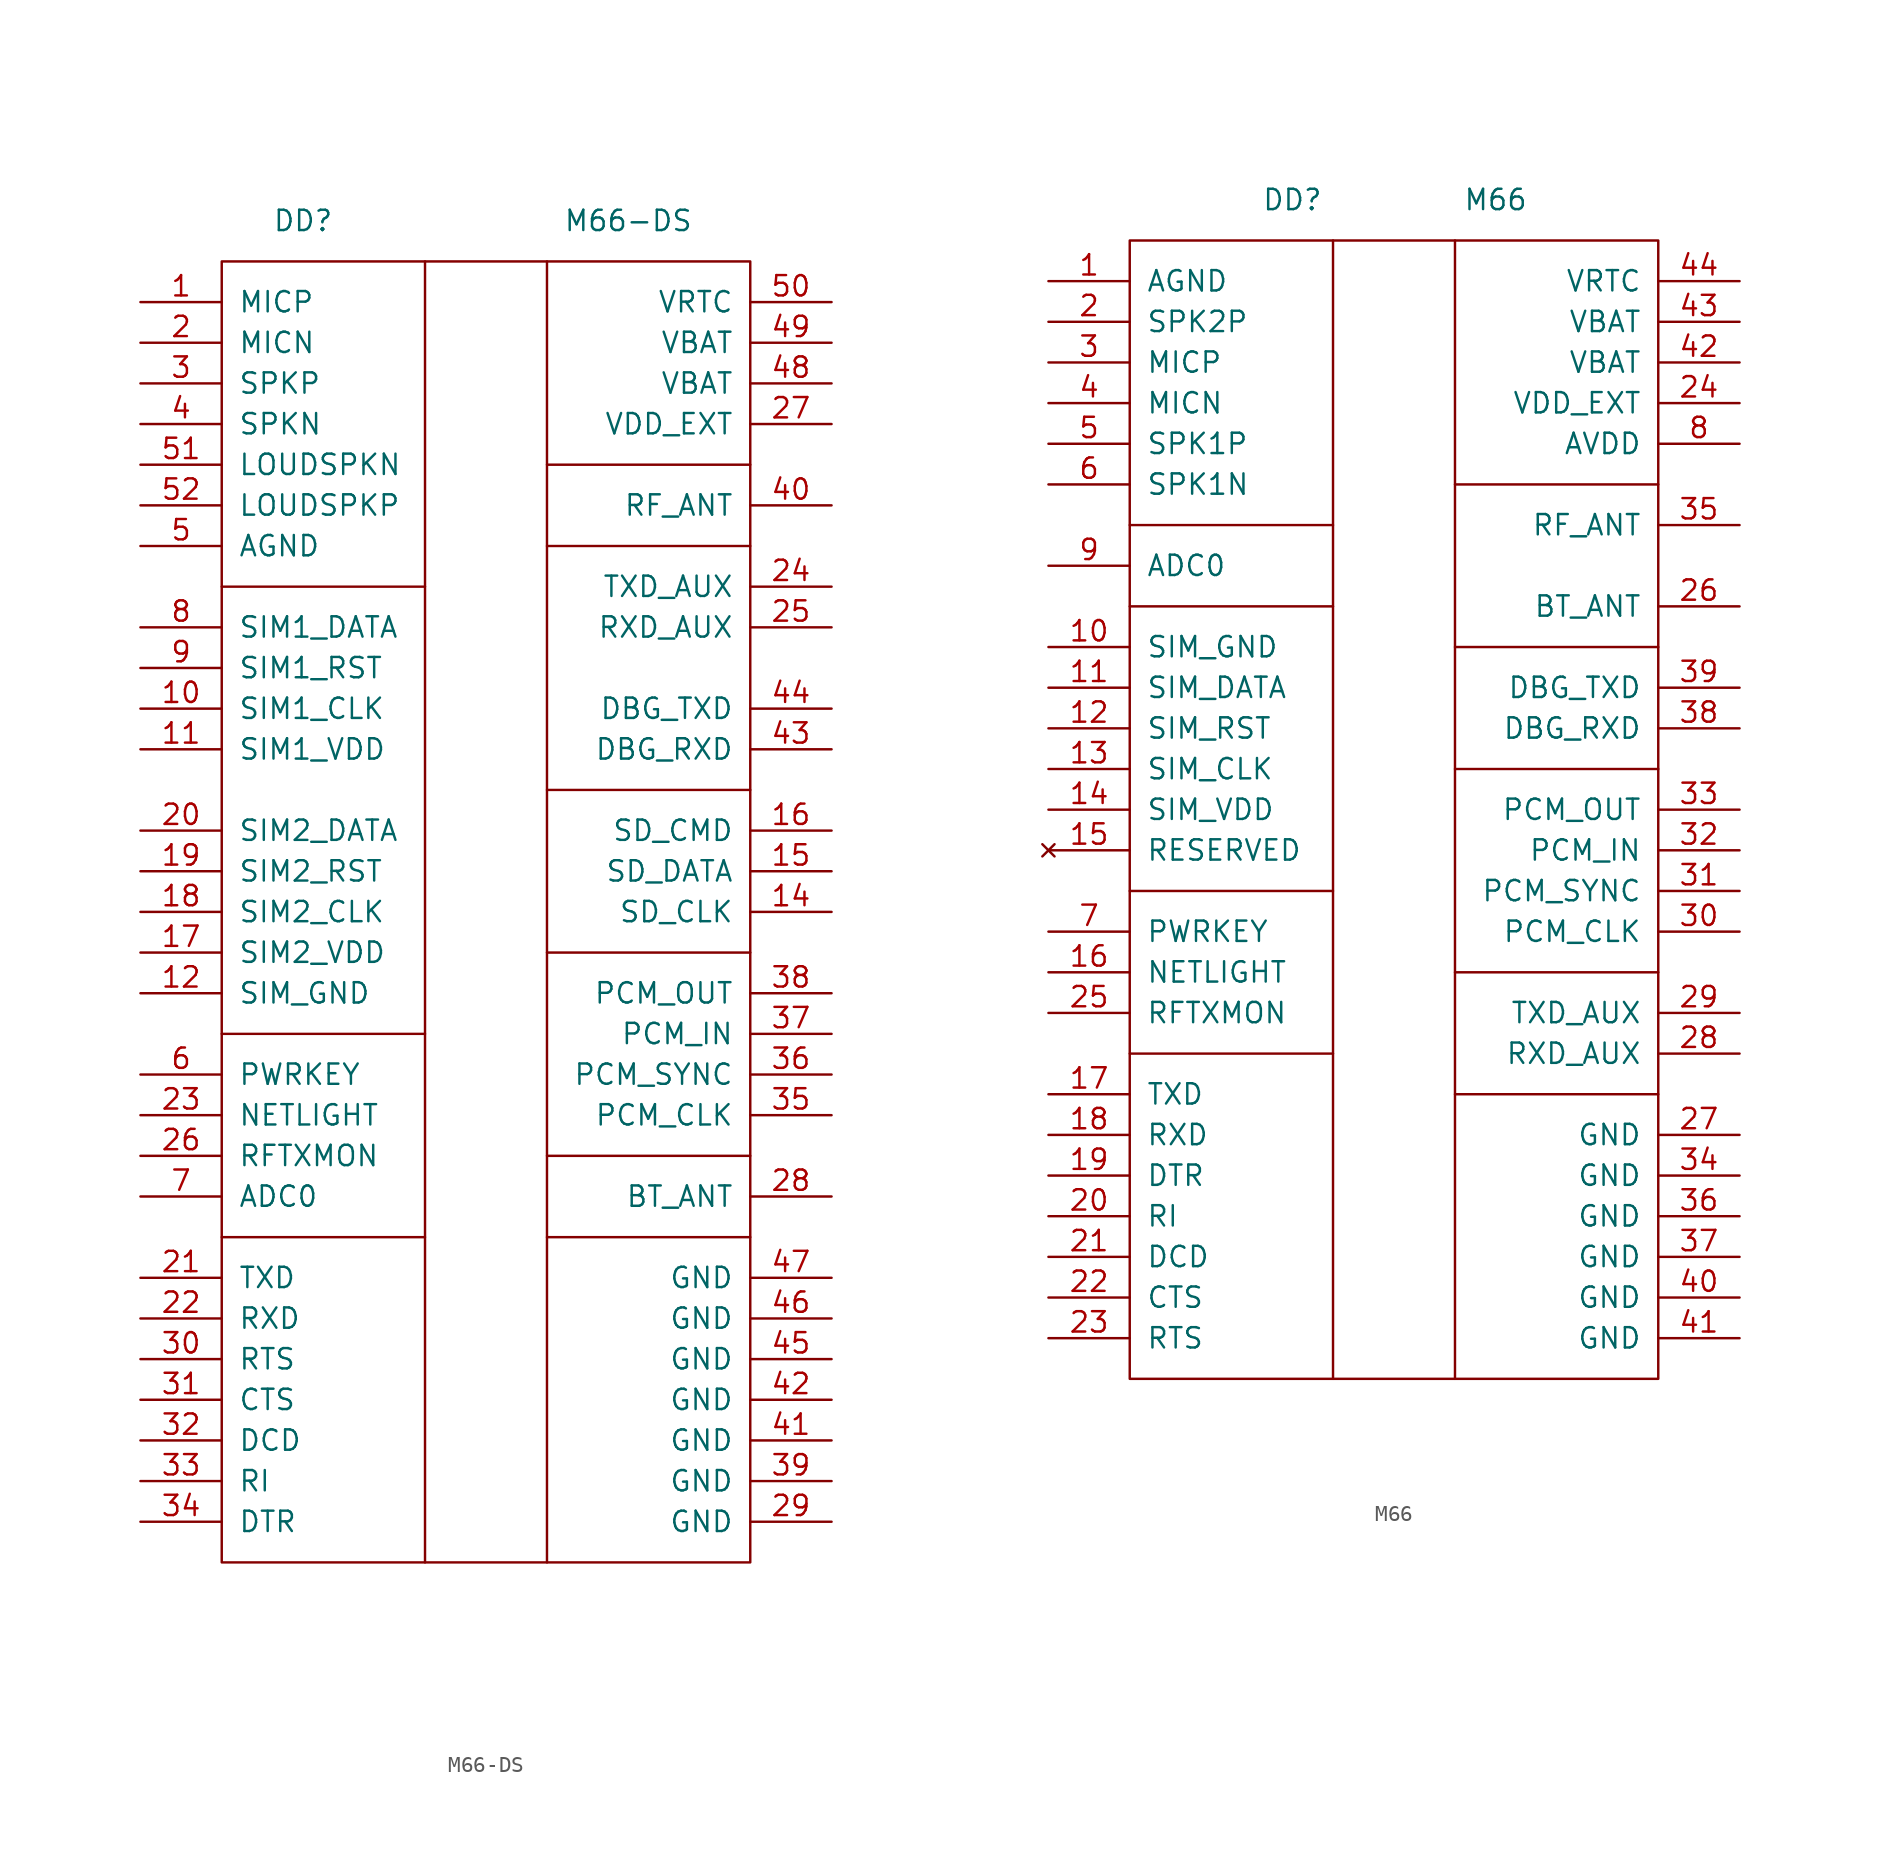
<source format=kicad_sym>
(kicad_symbol_lib
  (version 20211014)
  (generator kicad_symbol_editor)
  (symbol "M66-DS"
    (pin_names
      (offset 1.016))
    (property "Reference" "DD"
      (at 10.16 5.08 0)
      (effects (font (size 1.27 1.27))))
    (property "Value" "M66-DS"
      (at 30.48 5.08 0)
      (effects (font (size 1.27 1.27))))
    (symbol "M66-DS_0_1"
      (polyline (pts (xy 5.08 -58.42) (xy 17.78 -58.42)) (stroke (width 0) (type default) (color 0 0 0 0)) (fill (type none)))
      (polyline (pts (xy 5.08 -45.72) (xy 17.78 -45.72)) (stroke (width 0) (type default) (color 0 0 0 0)) (fill (type none)))
      (polyline (pts (xy 5.08 -17.78) (xy 17.78 -17.78)) (stroke (width 0) (type default) (color 0 0 0 0)) (fill (type none)))
      (polyline (pts (xy 25.4 -58.42) (xy 38.1 -58.42)) (stroke (width 0) (type default) (color 0 0 0 0)) (fill (type none)))
      (polyline (pts (xy 25.4 -53.34) (xy 38.1 -53.34)) (stroke (width 0) (type default) (color 0 0 0 0)) (fill (type none)))
      (polyline (pts (xy 25.4 -40.64) (xy 38.1 -40.64)) (stroke (width 0) (type default) (color 0 0 0 0)) (fill (type none)))
      (polyline (pts (xy 25.4 -30.48) (xy 38.1 -30.48)) (stroke (width 0) (type default) (color 0 0 0 0)) (fill (type none)))
      (polyline (pts (xy 25.4 -15.24) (xy 38.1 -15.24)) (stroke (width 0) (type default) (color 0 0 0 0)) (fill (type none)))
      (polyline (pts (xy 25.4 -10.16) (xy 38.1 -10.16)) (stroke (width 0) (type default) (color 0 0 0 0)) (fill (type none)))
      (polyline (pts (xy 17.78 2.54) (xy 25.4 2.54) (xy 25.4 -78.74) (xy 17.78 -78.74)) (stroke (width 0) (type default) (color 0 0 0 0)) (fill (type none)))
      (polyline (pts (xy 25.4 2.54) (xy 38.1 2.54) (xy 38.1 -78.74) (xy 25.4 -78.74)) (stroke (width 0) (type default) (color 0 0 0 0)) (fill (type none)))
      (polyline (pts (xy 5.08 2.54) (xy 5.08 -78.74) (xy 17.78 -78.74) (xy 17.78 2.54) (xy 5.08 2.54)) (stroke (width 0) (type default) (color 0 0 0 0)) (fill (type none))))
    (symbol "M66-DS_1_1"
      (pin input line (at 0 0 0) (length 5.08) (name "MICP" (effects (font (size 1.27 1.27)))) (number "1" (effects (font (size 1.27 1.27)))))
      (pin output line (at 0 -25.4 0) (length 5.08) (name "SIM1_CLK" (effects (font (size 1.27 1.27)))) (number "10" (effects (font (size 1.27 1.27)))))
      (pin input line (at 0 -27.94 0) (length 5.08) (name "SIM1_VDD" (effects (font (size 1.27 1.27)))) (number "11" (effects (font (size 1.27 1.27)))))
      (pin input line (at 0 -43.18 0) (length 5.08) (name "SIM_GND" (effects (font (size 1.27 1.27)))) (number "12" (effects (font (size 1.27 1.27)))))
      (pin passive line (at 0 -81.28 0) (length 5.08) hide (name "RESERVED" (effects (font (size 1.27 1.27)))) (number "13" (effects (font (size 1.27 1.27)))))
      (pin output line (at 43.18 -38.1 180) (length 5.08) (name "SD_CLK" (effects (font (size 1.27 1.27)))) (number "14" (effects (font (size 1.27 1.27)))))
      (pin bidirectional line (at 43.18 -35.56 180) (length 5.08) (name "SD_DATA" (effects (font (size 1.27 1.27)))) (number "15" (effects (font (size 1.27 1.27)))))
      (pin output line (at 43.18 -33.02 180) (length 5.08) (name "SD_CMD" (effects (font (size 1.27 1.27)))) (number "16" (effects (font (size 1.27 1.27)))))
      (pin output line (at 0 -40.64 0) (length 5.08) (name "SIM2_VDD" (effects (font (size 1.27 1.27)))) (number "17" (effects (font (size 1.27 1.27)))))
      (pin output line (at 0 -38.1 0) (length 5.08) (name "SIM2_CLK" (effects (font (size 1.27 1.27)))) (number "18" (effects (font (size 1.27 1.27)))))
      (pin output line (at 0 -35.56 0) (length 5.08) (name "SIM2_RST" (effects (font (size 1.27 1.27)))) (number "19" (effects (font (size 1.27 1.27)))))
      (pin input line (at 0 -2.54 0) (length 5.08) (name "MICN" (effects (font (size 1.27 1.27)))) (number "2" (effects (font (size 1.27 1.27)))))
      (pin bidirectional line (at 0 -33.02 0) (length 5.08) (name "SIM2_DATA" (effects (font (size 1.27 1.27)))) (number "20" (effects (font (size 1.27 1.27)))))
      (pin output line (at 0 -60.96 0) (length 5.08) (name "TXD" (effects (font (size 1.27 1.27)))) (number "21" (effects (font (size 1.27 1.27)))))
      (pin input line (at 0 -63.5 0) (length 5.08) (name "RXD" (effects (font (size 1.27 1.27)))) (number "22" (effects (font (size 1.27 1.27)))))
      (pin output line (at 0 -50.8 0) (length 5.08) (name "NETLIGHT" (effects (font (size 1.27 1.27)))) (number "23" (effects (font (size 1.27 1.27)))))
      (pin output line (at 43.18 -17.78 180) (length 5.08) (name "TXD_AUX" (effects (font (size 1.27 1.27)))) (number "24" (effects (font (size 1.27 1.27)))))
      (pin input line (at 43.18 -20.32 180) (length 5.08) (name "RXD_AUX" (effects (font (size 1.27 1.27)))) (number "25" (effects (font (size 1.27 1.27)))))
      (pin output line (at 0 -53.34 0) (length 5.08) (name "RFTXMON" (effects (font (size 1.27 1.27)))) (number "26" (effects (font (size 1.27 1.27)))))
      (pin power_in line (at 43.18 -7.62 180) (length 5.08) (name "VDD_EXT" (effects (font (size 1.27 1.27)))) (number "27" (effects (font (size 1.27 1.27)))))
      (pin bidirectional line (at 43.18 -55.88 180) (length 5.08) (name "BT_ANT" (effects (font (size 1.27 1.27)))) (number "28" (effects (font (size 1.27 1.27)))))
      (pin power_in line (at 43.18 -76.2 180) (length 5.08) (name "GND" (effects (font (size 1.27 1.27)))) (number "29" (effects (font (size 1.27 1.27)))))
      (pin output line (at 0 -5.08 0) (length 5.08) (name "SPKP" (effects (font (size 1.27 1.27)))) (number "3" (effects (font (size 1.27 1.27)))))
      (pin input line (at 0 -66.04 0) (length 5.08) (name "RTS" (effects (font (size 1.27 1.27)))) (number "30" (effects (font (size 1.27 1.27)))))
      (pin output line (at 0 -68.58 0) (length 5.08) (name "CTS" (effects (font (size 1.27 1.27)))) (number "31" (effects (font (size 1.27 1.27)))))
      (pin output line (at 0 -71.12 0) (length 5.08) (name "DCD" (effects (font (size 1.27 1.27)))) (number "32" (effects (font (size 1.27 1.27)))))
      (pin output line (at 0 -73.66 0) (length 5.08) (name "RI" (effects (font (size 1.27 1.27)))) (number "33" (effects (font (size 1.27 1.27)))))
      (pin input line (at 0 -76.2 0) (length 5.08) (name "DTR" (effects (font (size 1.27 1.27)))) (number "34" (effects (font (size 1.27 1.27)))))
      (pin output line (at 43.18 -50.8 180) (length 5.08) (name "PCM_CLK" (effects (font (size 1.27 1.27)))) (number "35" (effects (font (size 1.27 1.27)))))
      (pin output line (at 43.18 -48.26 180) (length 5.08) (name "PCM_SYNC" (effects (font (size 1.27 1.27)))) (number "36" (effects (font (size 1.27 1.27)))))
      (pin input line (at 43.18 -45.72 180) (length 5.08) (name "PCM_IN" (effects (font (size 1.27 1.27)))) (number "37" (effects (font (size 1.27 1.27)))))
      (pin output line (at 43.18 -43.18 180) (length 5.08) (name "PCM_OUT" (effects (font (size 1.27 1.27)))) (number "38" (effects (font (size 1.27 1.27)))))
      (pin power_in line (at 43.18 -73.66 180) (length 5.08) (name "GND" (effects (font (size 1.27 1.27)))) (number "39" (effects (font (size 1.27 1.27)))))
      (pin output line (at 0 -7.62 0) (length 5.08) (name "SPKN" (effects (font (size 1.27 1.27)))) (number "4" (effects (font (size 1.27 1.27)))))
      (pin bidirectional line (at 43.18 -12.7 180) (length 5.08) (name "RF_ANT" (effects (font (size 1.27 1.27)))) (number "40" (effects (font (size 1.27 1.27)))))
      (pin power_in line (at 43.18 -71.12 180) (length 5.08) (name "GND" (effects (font (size 1.27 1.27)))) (number "41" (effects (font (size 1.27 1.27)))))
      (pin power_in line (at 43.18 -68.58 180) (length 5.08) (name "GND" (effects (font (size 1.27 1.27)))) (number "42" (effects (font (size 1.27 1.27)))))
      (pin input line (at 43.18 -27.94 180) (length 5.08) (name "DBG_RXD" (effects (font (size 1.27 1.27)))) (number "43" (effects (font (size 1.27 1.27)))))
      (pin output line (at 43.18 -25.4 180) (length 5.08) (name "DBG_TXD" (effects (font (size 1.27 1.27)))) (number "44" (effects (font (size 1.27 1.27)))))
      (pin power_in line (at 43.18 -66.04 180) (length 5.08) (name "GND" (effects (font (size 1.27 1.27)))) (number "45" (effects (font (size 1.27 1.27)))))
      (pin power_in line (at 43.18 -63.5 180) (length 5.08) (name "GND" (effects (font (size 1.27 1.27)))) (number "46" (effects (font (size 1.27 1.27)))))
      (pin power_in line (at 43.18 -60.96 180) (length 5.08) (name "GND" (effects (font (size 1.27 1.27)))) (number "47" (effects (font (size 1.27 1.27)))))
      (pin power_in line (at 43.18 -5.08 180) (length 5.08) (name "VBAT" (effects (font (size 1.27 1.27)))) (number "48" (effects (font (size 1.27 1.27)))))
      (pin power_in line (at 43.18 -2.54 180) (length 5.08) (name "VBAT" (effects (font (size 1.27 1.27)))) (number "49" (effects (font (size 1.27 1.27)))))
      (pin input line (at 0 -15.24 0) (length 5.08) (name "AGND" (effects (font (size 1.27 1.27)))) (number "5" (effects (font (size 1.27 1.27)))))
      (pin power_in line (at 43.18 0 180) (length 5.08) (name "VRTC" (effects (font (size 1.27 1.27)))) (number "50" (effects (font (size 1.27 1.27)))))
      (pin output line (at 0 -10.16 0) (length 5.08) (name "LOUDSPKN" (effects (font (size 1.27 1.27)))) (number "51" (effects (font (size 1.27 1.27)))))
      (pin output line (at 0 -12.7 0) (length 5.08) (name "LOUDSPKP" (effects (font (size 1.27 1.27)))) (number "52" (effects (font (size 1.27 1.27)))))
      (pin input line (at 0 -48.26 0) (length 5.08) (name "PWRKEY" (effects (font (size 1.27 1.27)))) (number "6" (effects (font (size 1.27 1.27)))))
      (pin input line (at 0 -55.88 0) (length 5.08) (name "ADC0" (effects (font (size 1.27 1.27)))) (number "7" (effects (font (size 1.27 1.27)))))
      (pin bidirectional line (at 0 -20.32 0) (length 5.08) (name "SIM1_DATA" (effects (font (size 1.27 1.27)))) (number "8" (effects (font (size 1.27 1.27)))))
      (pin output line (at 0 -22.86 0) (length 5.08) (name "SIM1_RST" (effects (font (size 1.27 1.27)))) (number "9" (effects (font (size 1.27 1.27)))))))
  (symbol "M66"
    (pin_names
      (offset 1.016))
    (property "Reference" "DD"
      (at 15.24 5.08 0)
      (effects (font (size 1.27 1.27))))
    (property "Value" "M66"
      (at 27.94 5.08 0)
      (effects (font (size 1.27 1.27))))
    (symbol "M66_0_1"
      (polyline (pts (xy 5.08 -48.26) (xy 17.78 -48.26)) (stroke (width 0) (type default) (color 0 0 0 0)) (fill (type none)))
      (polyline (pts (xy 5.08 -38.1) (xy 17.78 -38.1)) (stroke (width 0) (type default) (color 0 0 0 0)) (fill (type none)))
      (polyline (pts (xy 5.08 -20.32) (xy 17.78 -20.32)) (stroke (width 0) (type default) (color 0 0 0 0)) (fill (type none)))
      (polyline (pts (xy 5.08 -15.24) (xy 17.78 -15.24)) (stroke (width 0) (type default) (color 0 0 0 0)) (fill (type none)))
      (polyline (pts (xy 25.4 -50.8) (xy 38.1 -50.8)) (stroke (width 0) (type default) (color 0 0 0 0)) (fill (type none)))
      (polyline (pts (xy 25.4 -43.18) (xy 38.1 -43.18)) (stroke (width 0) (type default) (color 0 0 0 0)) (fill (type none)))
      (polyline (pts (xy 25.4 -30.48) (xy 38.1 -30.48)) (stroke (width 0) (type default) (color 0 0 0 0)) (fill (type none)))
      (polyline (pts (xy 25.4 -22.86) (xy 38.1 -22.86)) (stroke (width 0) (type default) (color 0 0 0 0)) (fill (type none)))
      (polyline (pts (xy 25.4 -12.7) (xy 38.1 -12.7)) (stroke (width 0) (type default) (color 0 0 0 0)) (fill (type none)))
      (polyline (pts (xy 17.78 2.54) (xy 25.4 2.54) (xy 25.4 -68.58) (xy 17.78 -68.58)) (stroke (width 0) (type default) (color 0 0 0 0)) (fill (type none)))
      (polyline (pts (xy 25.4 2.54) (xy 38.1 2.54) (xy 38.1 -68.58) (xy 25.4 -68.58)) (stroke (width 0) (type default) (color 0 0 0 0)) (fill (type none)))
      (polyline (pts (xy 17.78 2.54) (xy 5.08 2.54) (xy 5.08 -68.58) (xy 17.78 -68.58) (xy 17.78 2.54)) (stroke (width 0) (type default) (color 0 0 0 0)) (fill (type none))))
    (symbol "M66_1_1"
      (pin output line (at 0 0 0) (length 5.08) (name "AGND" (effects (font (size 1.27 1.27)))) (number "1" (effects (font (size 1.27 1.27)))))
      (pin output line (at 0 -22.86 0) (length 5.08) (name "SIM_GND" (effects (font (size 1.27 1.27)))) (number "10" (effects (font (size 1.27 1.27)))))
      (pin bidirectional line (at 0 -25.4 0) (length 5.08) (name "SIM_DATA" (effects (font (size 1.27 1.27)))) (number "11" (effects (font (size 1.27 1.27)))))
      (pin output line (at 0 -27.94 0) (length 5.08) (name "SIM_RST" (effects (font (size 1.27 1.27)))) (number "12" (effects (font (size 1.27 1.27)))))
      (pin output line (at 0 -30.48 0) (length 5.08) (name "SIM_CLK" (effects (font (size 1.27 1.27)))) (number "13" (effects (font (size 1.27 1.27)))))
      (pin output line (at 0 -33.02 0) (length 5.08) (name "SIM_VDD" (effects (font (size 1.27 1.27)))) (number "14" (effects (font (size 1.27 1.27)))))
      (pin no_connect line (at 0 -35.56 0) (length 5.08) (name "RESERVED" (effects (font (size 1.27 1.27)))) (number "15" (effects (font (size 1.27 1.27)))))
      (pin output line (at 0 -43.18 0) (length 5.08) (name "NETLIGHT" (effects (font (size 1.27 1.27)))) (number "16" (effects (font (size 1.27 1.27)))))
      (pin output line (at 0 -50.8 0) (length 5.08) (name "TXD" (effects (font (size 1.27 1.27)))) (number "17" (effects (font (size 1.27 1.27)))))
      (pin input line (at 0 -53.34 0) (length 5.08) (name "RXD" (effects (font (size 1.27 1.27)))) (number "18" (effects (font (size 1.27 1.27)))))
      (pin input line (at 0 -55.88 0) (length 5.08) (name "DTR" (effects (font (size 1.27 1.27)))) (number "19" (effects (font (size 1.27 1.27)))))
      (pin output line (at 0 -2.54 0) (length 5.08) (name "SPK2P" (effects (font (size 1.27 1.27)))) (number "2" (effects (font (size 1.27 1.27)))))
      (pin output line (at 0 -58.42 0) (length 5.08) (name "RI" (effects (font (size 1.27 1.27)))) (number "20" (effects (font (size 1.27 1.27)))))
      (pin output line (at 0 -60.96 0) (length 5.08) (name "DCD" (effects (font (size 1.27 1.27)))) (number "21" (effects (font (size 1.27 1.27)))))
      (pin output line (at 0 -63.5 0) (length 5.08) (name "CTS" (effects (font (size 1.27 1.27)))) (number "22" (effects (font (size 1.27 1.27)))))
      (pin input line (at 0 -66.04 0) (length 5.08) (name "RTS" (effects (font (size 1.27 1.27)))) (number "23" (effects (font (size 1.27 1.27)))))
      (pin power_out line (at 43.18 -7.62 180) (length 5.08) (name "VDD_EXT" (effects (font (size 1.27 1.27)))) (number "24" (effects (font (size 1.27 1.27)))))
      (pin output line (at 0 -45.72 0) (length 5.08) (name "RFTXMON" (effects (font (size 1.27 1.27)))) (number "25" (effects (font (size 1.27 1.27)))))
      (pin bidirectional line (at 43.18 -20.32 180) (length 5.08) (name "BT_ANT" (effects (font (size 1.27 1.27)))) (number "26" (effects (font (size 1.27 1.27)))))
      (pin power_in line (at 43.18 -53.34 180) (length 5.08) (name "GND" (effects (font (size 1.27 1.27)))) (number "27" (effects (font (size 1.27 1.27)))))
      (pin input line (at 43.18 -48.26 180) (length 5.08) (name "RXD_AUX" (effects (font (size 1.27 1.27)))) (number "28" (effects (font (size 1.27 1.27)))))
      (pin output line (at 43.18 -45.72 180) (length 5.08) (name "TXD_AUX" (effects (font (size 1.27 1.27)))) (number "29" (effects (font (size 1.27 1.27)))))
      (pin input line (at 0 -5.08 0) (length 5.08) (name "MICP" (effects (font (size 1.27 1.27)))) (number "3" (effects (font (size 1.27 1.27)))))
      (pin output line (at 43.18 -40.64 180) (length 5.08) (name "PCM_CLK" (effects (font (size 1.27 1.27)))) (number "30" (effects (font (size 1.27 1.27)))))
      (pin output line (at 43.18 -38.1 180) (length 5.08) (name "PCM_SYNC" (effects (font (size 1.27 1.27)))) (number "31" (effects (font (size 1.27 1.27)))))
      (pin input line (at 43.18 -35.56 180) (length 5.08) (name "PCM_IN" (effects (font (size 1.27 1.27)))) (number "32" (effects (font (size 1.27 1.27)))))
      (pin output line (at 43.18 -33.02 180) (length 5.08) (name "PCM_OUT" (effects (font (size 1.27 1.27)))) (number "33" (effects (font (size 1.27 1.27)))))
      (pin power_in line (at 43.18 -55.88 180) (length 5.08) (name "GND" (effects (font (size 1.27 1.27)))) (number "34" (effects (font (size 1.27 1.27)))))
      (pin bidirectional line (at 43.18 -15.24 180) (length 5.08) (name "RF_ANT" (effects (font (size 1.27 1.27)))) (number "35" (effects (font (size 1.27 1.27)))))
      (pin power_in line (at 43.18 -58.42 180) (length 5.08) (name "GND" (effects (font (size 1.27 1.27)))) (number "36" (effects (font (size 1.27 1.27)))))
      (pin power_in line (at 43.18 -60.96 180) (length 5.08) (name "GND" (effects (font (size 1.27 1.27)))) (number "37" (effects (font (size 1.27 1.27)))))
      (pin input line (at 43.18 -27.94 180) (length 5.08) (name "DBG_RXD" (effects (font (size 1.27 1.27)))) (number "38" (effects (font (size 1.27 1.27)))))
      (pin output line (at 43.18 -25.4 180) (length 5.08) (name "DBG_TXD" (effects (font (size 1.27 1.27)))) (number "39" (effects (font (size 1.27 1.27)))))
      (pin input line (at 0 -7.62 0) (length 5.08) (name "MICN" (effects (font (size 1.27 1.27)))) (number "4" (effects (font (size 1.27 1.27)))))
      (pin power_in line (at 43.18 -63.5 180) (length 5.08) (name "GND" (effects (font (size 1.27 1.27)))) (number "40" (effects (font (size 1.27 1.27)))))
      (pin power_in line (at 43.18 -66.04 180) (length 5.08) (name "GND" (effects (font (size 1.27 1.27)))) (number "41" (effects (font (size 1.27 1.27)))))
      (pin power_in line (at 43.18 -5.08 180) (length 5.08) (name "VBAT" (effects (font (size 1.27 1.27)))) (number "42" (effects (font (size 1.27 1.27)))))
      (pin power_in line (at 43.18 -2.54 180) (length 5.08) (name "VBAT" (effects (font (size 1.27 1.27)))) (number "43" (effects (font (size 1.27 1.27)))))
      (pin bidirectional line (at 43.18 0 180) (length 5.08) (name "VRTC" (effects (font (size 1.27 1.27)))) (number "44" (effects (font (size 1.27 1.27)))))
      (pin output line (at 0 -10.16 0) (length 5.08) (name "SPK1P" (effects (font (size 1.27 1.27)))) (number "5" (effects (font (size 1.27 1.27)))))
      (pin output line (at 0 -12.7 0) (length 5.08) (name "SPK1N" (effects (font (size 1.27 1.27)))) (number "6" (effects (font (size 1.27 1.27)))))
      (pin input line (at 0 -40.64 0) (length 5.08) (name "PWRKEY" (effects (font (size 1.27 1.27)))) (number "7" (effects (font (size 1.27 1.27)))))
      (pin power_out line (at 43.18 -10.16 180) (length 5.08) (name "AVDD" (effects (font (size 1.27 1.27)))) (number "8" (effects (font (size 1.27 1.27)))))
      (pin input line (at 0 -17.78 0) (length 5.08) (name "ADC0" (effects (font (size 1.27 1.27)))) (number "9" (effects (font (size 1.27 1.27))))))))
</source>
